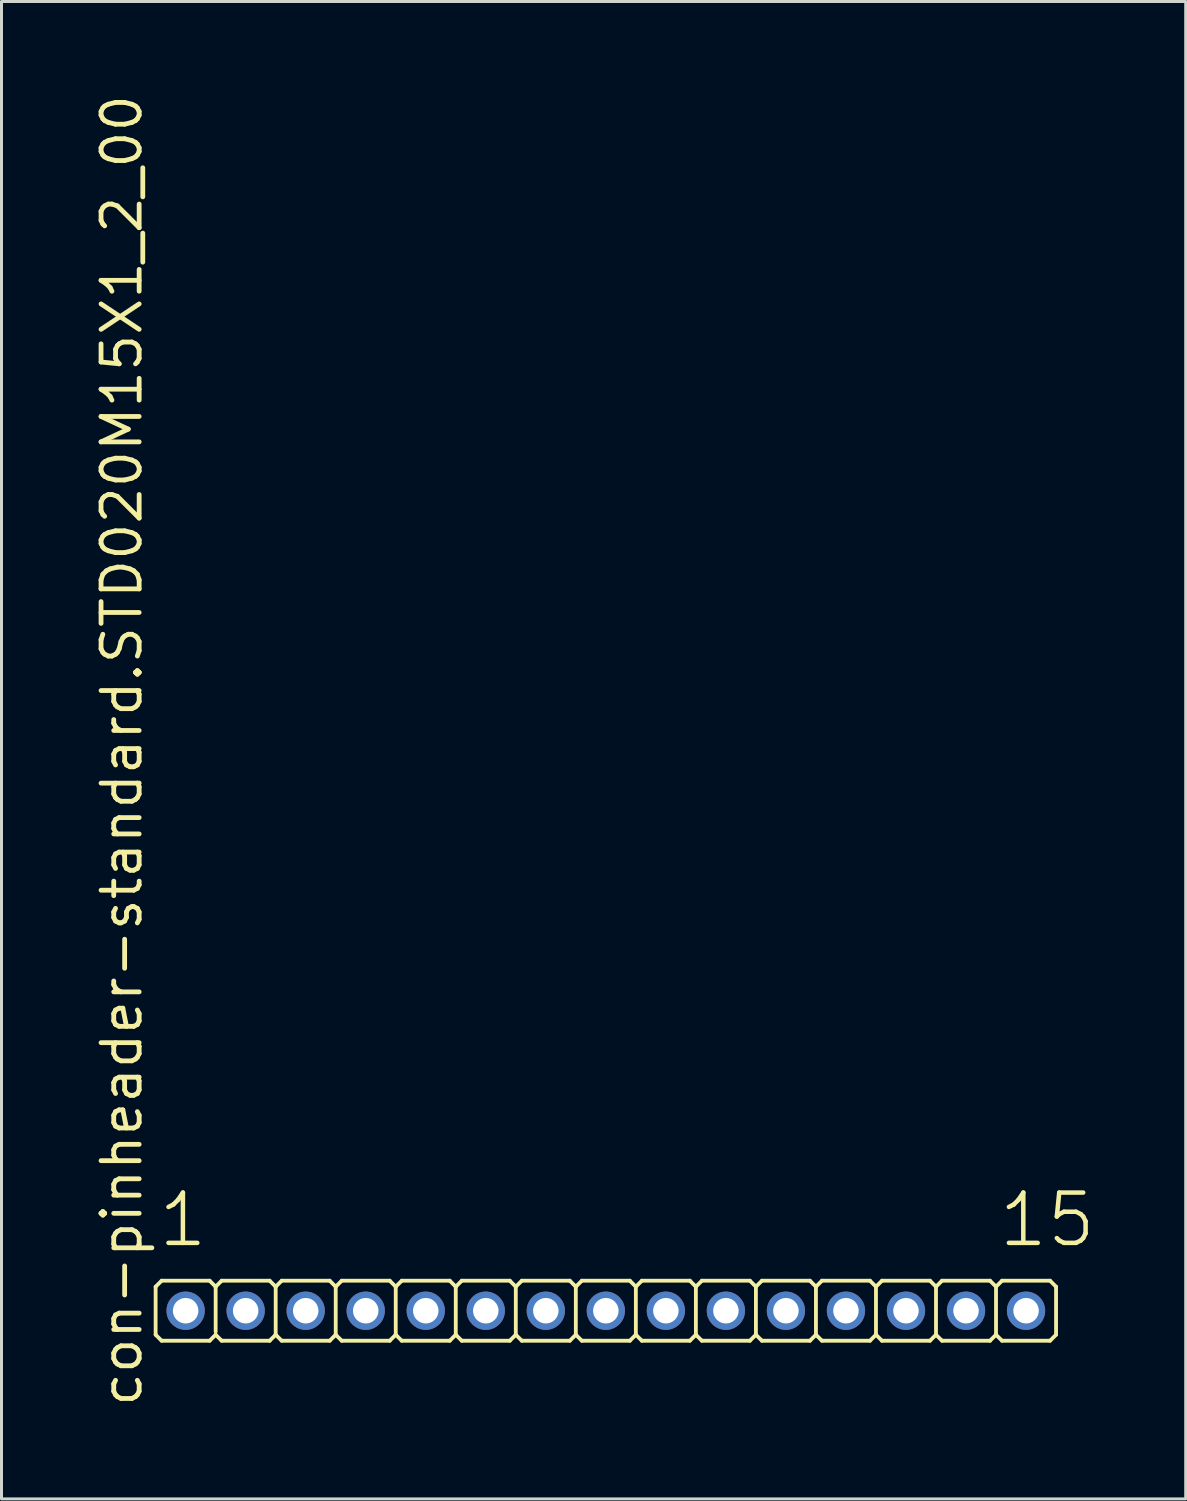
<source format=kicad_pcb>
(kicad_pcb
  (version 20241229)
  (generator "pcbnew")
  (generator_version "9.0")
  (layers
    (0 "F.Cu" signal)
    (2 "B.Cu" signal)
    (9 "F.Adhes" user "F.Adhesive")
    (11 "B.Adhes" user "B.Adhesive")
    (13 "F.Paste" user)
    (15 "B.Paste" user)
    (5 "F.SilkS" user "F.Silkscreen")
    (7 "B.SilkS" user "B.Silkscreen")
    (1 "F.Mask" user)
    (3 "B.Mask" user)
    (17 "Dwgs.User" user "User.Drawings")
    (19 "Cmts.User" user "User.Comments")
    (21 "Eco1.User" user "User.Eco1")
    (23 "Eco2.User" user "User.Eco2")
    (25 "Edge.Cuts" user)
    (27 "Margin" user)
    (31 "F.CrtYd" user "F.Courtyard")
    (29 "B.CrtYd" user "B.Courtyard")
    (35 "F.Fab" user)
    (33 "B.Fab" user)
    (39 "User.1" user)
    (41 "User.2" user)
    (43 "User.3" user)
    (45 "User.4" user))
  (footprint "con-pinheader-standard.STD020M15X1_2_00"
    (layer "F.Cu")
    (at 17.135 40.62)
    (property "Reference" "con-pinheader-standard.STD020M15X1_2_00" (at -15.385 3.27 90) (layer "F.SilkS") (effects (font (size 1.27 1.27) (thickness 0.16)) (justify left bottom)))
    (attr through_hole)
    (fp_line (start -15 0.8) (end -15 -0.8) (stroke (width 0.127) (type default)) (layer "F.SilkS"))
    (fp_line (start -14.8 -1) (end -15 -0.8) (stroke (width 0.127) (type default)) (layer "F.SilkS"))
    (fp_line (start -14.8 -1) (end -13.2 -1) (stroke (width 0.127) (type default)) (layer "F.SilkS"))
    (fp_line (start -14.8 1) (end -15 0.8) (stroke (width 0.127) (type default)) (layer "F.SilkS"))
    (fp_line (start -13.2 -1) (end -13 -0.8) (stroke (width 0.127) (type default)) (layer "F.SilkS"))
    (fp_line (start -13.2 1) (end -14.8 1) (stroke (width 0.127) (type default)) (layer "F.SilkS"))
    (fp_line (start -13.2 1) (end -13 0.8) (stroke (width 0.127) (type default)) (layer "F.SilkS"))
    (fp_line (start -13 -0.8) (end -13 0.7) (stroke (width 0.127) (type default)) (layer "F.SilkS"))
    (fp_line (start -12.8 -1) (end -13 -0.8) (stroke (width 0.127) (type default)) (layer "F.SilkS"))
    (fp_line (start -12.8 -1) (end -11.2 -1) (stroke (width 0.127) (type default)) (layer "F.SilkS"))
    (fp_line (start -12.8 1) (end -13 0.8) (stroke (width 0.127) (type default)) (layer "F.SilkS"))
    (fp_line (start -11.2 -1) (end -11 -0.8) (stroke (width 0.127) (type default)) (layer "F.SilkS"))
    (fp_line (start -11.2 1) (end -12.8 1) (stroke (width 0.127) (type default)) (layer "F.SilkS"))
    (fp_line (start -11.2 1) (end -11 0.8) (stroke (width 0.127) (type default)) (layer "F.SilkS"))
    (fp_line (start -11 -0.8) (end -11 0.8) (stroke (width 0.127) (type default)) (layer "F.SilkS"))
    (fp_line (start -10.8 -1) (end -11 -0.8) (stroke (width 0.127) (type default)) (layer "F.SilkS"))
    (fp_line (start -10.8 -1) (end -9.2 -1) (stroke (width 0.127) (type default)) (layer "F.SilkS"))
    (fp_line (start -10.8 1) (end -11 0.8) (stroke (width 0.127) (type default)) (layer "F.SilkS"))
    (fp_line (start -9.2 -1) (end -9 -0.8) (stroke (width 0.127) (type default)) (layer "F.SilkS"))
    (fp_line (start -9.2 1) (end -10.8 1) (stroke (width 0.127) (type default)) (layer "F.SilkS"))
    (fp_line (start -9.2 1) (end -9 0.8) (stroke (width 0.127) (type default)) (layer "F.SilkS"))
    (fp_line (start -9 -0.8) (end -9 0.8) (stroke (width 0.127) (type default)) (layer "F.SilkS"))
    (fp_line (start -8.8 -1) (end -9 -0.8) (stroke (width 0.127) (type default)) (layer "F.SilkS"))
    (fp_line (start -8.8 -1) (end -7.2 -1) (stroke (width 0.127) (type default)) (layer "F.SilkS"))
    (fp_line (start -8.8 1) (end -9 0.8) (stroke (width 0.127) (type default)) (layer "F.SilkS"))
    (fp_line (start -7.2 -1) (end -7 -0.8) (stroke (width 0.127) (type default)) (layer "F.SilkS"))
    (fp_line (start -7.2 1) (end -8.8 1) (stroke (width 0.127) (type default)) (layer "F.SilkS"))
    (fp_line (start -7.2 1) (end -7 0.8) (stroke (width 0.127) (type default)) (layer "F.SilkS"))
    (fp_line (start -7 -0.8) (end -7 0.8) (stroke (width 0.127) (type default)) (layer "F.SilkS"))
    (fp_line (start -6.8 -1) (end -7 -0.8) (stroke (width 0.127) (type default)) (layer "F.SilkS"))
    (fp_line (start -6.8 -1) (end -5.2 -1) (stroke (width 0.127) (type default)) (layer "F.SilkS"))
    (fp_line (start -6.8 1) (end -7 0.8) (stroke (width 0.127) (type default)) (layer "F.SilkS"))
    (fp_line (start -5.2 -1) (end -5 -0.8) (stroke (width 0.127) (type default)) (layer "F.SilkS"))
    (fp_line (start -5.2 1) (end -6.8 1) (stroke (width 0.127) (type default)) (layer "F.SilkS"))
    (fp_line (start -5.2 1) (end -5 0.8) (stroke (width 0.127) (type default)) (layer "F.SilkS"))
    (fp_line (start -5 -0.8) (end -5 0.8) (stroke (width 0.127) (type default)) (layer "F.SilkS"))
    (fp_line (start -4.8 -1) (end -5 -0.8) (stroke (width 0.127) (type default)) (layer "F.SilkS"))
    (fp_line (start -4.8 -1) (end -3.2 -1) (stroke (width 0.127) (type default)) (layer "F.SilkS"))
    (fp_line (start -4.8 1) (end -5 0.8) (stroke (width 0.127) (type default)) (layer "F.SilkS"))
    (fp_line (start -3.2 -1) (end -3 -0.8) (stroke (width 0.127) (type default)) (layer "F.SilkS"))
    (fp_line (start -3.2 1) (end -4.8 1) (stroke (width 0.127) (type default)) (layer "F.SilkS"))
    (fp_line (start -3.2 1) (end -3 0.8) (stroke (width 0.127) (type default)) (layer "F.SilkS"))
    (fp_line (start -3 -0.8) (end -3 0.8) (stroke (width 0.127) (type default)) (layer "F.SilkS"))
    (fp_line (start -2.8 -1) (end -3 -0.8) (stroke (width 0.127) (type default)) (layer "F.SilkS"))
    (fp_line (start -2.8 -1) (end -1.2 -1) (stroke (width 0.127) (type default)) (layer "F.SilkS"))
    (fp_line (start -2.8 1) (end -3 0.8) (stroke (width 0.127) (type default)) (layer "F.SilkS"))
    (fp_line (start -1.2 -1) (end -1 -0.8) (stroke (width 0.127) (type default)) (layer "F.SilkS"))
    (fp_line (start -1.2 1) (end -2.8 1) (stroke (width 0.127) (type default)) (layer "F.SilkS"))
    (fp_line (start -1.2 1) (end -1 0.8) (stroke (width 0.127) (type default)) (layer "F.SilkS"))
    (fp_line (start -1 -0.8) (end -1 0.8) (stroke (width 0.127) (type default)) (layer "F.SilkS"))
    (fp_line (start -0.8 -1) (end -1 -0.8) (stroke (width 0.127) (type default)) (layer "F.SilkS"))
    (fp_line (start -0.8 -1) (end 0.8 -1) (stroke (width 0.127) (type default)) (layer "F.SilkS"))
    (fp_line (start -0.8 1) (end -1 0.8) (stroke (width 0.127) (type default)) (layer "F.SilkS"))
    (fp_line (start 0.8 -1) (end 1 -0.8) (stroke (width 0.127) (type default)) (layer "F.SilkS"))
    (fp_line (start 0.8 1) (end -0.8 1) (stroke (width 0.127) (type default)) (layer "F.SilkS"))
    (fp_line (start 0.8 1) (end 1 0.8) (stroke (width 0.127) (type default)) (layer "F.SilkS"))
    (fp_line (start 1 -0.8) (end 1 0.8) (stroke (width 0.127) (type default)) (layer "F.SilkS"))
    (fp_line (start 1.2 -1) (end 1 -0.8) (stroke (width 0.127) (type default)) (layer "F.SilkS"))
    (fp_line (start 1.2 -1) (end 2.8 -1) (stroke (width 0.127) (type default)) (layer "F.SilkS"))
    (fp_line (start 1.2 1) (end 1 0.8) (stroke (width 0.127) (type default)) (layer "F.SilkS"))
    (fp_line (start 2.8 -1) (end 3 -0.8) (stroke (width 0.127) (type default)) (layer "F.SilkS"))
    (fp_line (start 2.8 1) (end 1.2 1) (stroke (width 0.127) (type default)) (layer "F.SilkS"))
    (fp_line (start 2.8 1) (end 3 0.8) (stroke (width 0.127) (type default)) (layer "F.SilkS"))
    (fp_line (start 3 -0.8) (end 3 0.8) (stroke (width 0.127) (type default)) (layer "F.SilkS"))
    (fp_line (start 3.2 -1) (end 3 -0.8) (stroke (width 0.127) (type default)) (layer "F.SilkS"))
    (fp_line (start 3.2 -1) (end 4.8 -1) (stroke (width 0.127) (type default)) (layer "F.SilkS"))
    (fp_line (start 3.2 1) (end 3 0.8) (stroke (width 0.127) (type default)) (layer "F.SilkS"))
    (fp_line (start 4.8 -1) (end 5 -0.8) (stroke (width 0.127) (type default)) (layer "F.SilkS"))
    (fp_line (start 4.8 1) (end 3.2 1) (stroke (width 0.127) (type default)) (layer "F.SilkS"))
    (fp_line (start 4.8 1) (end 5 0.8) (stroke (width 0.127) (type default)) (layer "F.SilkS"))
    (fp_line (start 5 -0.8) (end 5 0.8) (stroke (width 0.127) (type default)) (layer "F.SilkS"))
    (fp_line (start 5.2 -1) (end 5 -0.8) (stroke (width 0.127) (type default)) (layer "F.SilkS"))
    (fp_line (start 5.2 -1) (end 6.8 -1) (stroke (width 0.127) (type default)) (layer "F.SilkS"))
    (fp_line (start 5.2 1) (end 5 0.8) (stroke (width 0.127) (type default)) (layer "F.SilkS"))
    (fp_line (start 6.8 -1) (end 7 -0.8) (stroke (width 0.127) (type default)) (layer "F.SilkS"))
    (fp_line (start 6.8 1) (end 5.2 1) (stroke (width 0.127) (type default)) (layer "F.SilkS"))
    (fp_line (start 6.8 1) (end 7 0.8) (stroke (width 0.127) (type default)) (layer "F.SilkS"))
    (fp_line (start 7 -0.8) (end 7 0.8) (stroke (width 0.127) (type default)) (layer "F.SilkS"))
    (fp_line (start 7.2 -1) (end 7 -0.8) (stroke (width 0.127) (type default)) (layer "F.SilkS"))
    (fp_line (start 7.2 -1) (end 8.8 -1) (stroke (width 0.127) (type default)) (layer "F.SilkS"))
    (fp_line (start 7.2 1) (end 7 0.8) (stroke (width 0.127) (type default)) (layer "F.SilkS"))
    (fp_line (start 8.8 -1) (end 9 -0.8) (stroke (width 0.127) (type default)) (layer "F.SilkS"))
    (fp_line (start 8.8 1) (end 7.2 1) (stroke (width 0.127) (type default)) (layer "F.SilkS"))
    (fp_line (start 8.8 1) (end 9 0.8) (stroke (width 0.127) (type default)) (layer "F.SilkS"))
    (fp_line (start 9 -0.8) (end 9 0.8) (stroke (width 0.127) (type default)) (layer "F.SilkS"))
    (fp_line (start 9.2 -1) (end 9 -0.8) (stroke (width 0.127) (type default)) (layer "F.SilkS"))
    (fp_line (start 9.2 -1) (end 10.8 -1) (stroke (width 0.127) (type default)) (layer "F.SilkS"))
    (fp_line (start 9.2 1) (end 9 0.8) (stroke (width 0.127) (type default)) (layer "F.SilkS"))
    (fp_line (start 10.8 -1) (end 11 -0.8) (stroke (width 0.127) (type default)) (layer "F.SilkS"))
    (fp_line (start 10.8 1) (end 9.2 1) (stroke (width 0.127) (type default)) (layer "F.SilkS"))
    (fp_line (start 10.8 1) (end 11 0.8) (stroke (width 0.127) (type default)) (layer "F.SilkS"))
    (fp_line (start 11 -0.8) (end 11 0.8) (stroke (width 0.127) (type default)) (layer "F.SilkS"))
    (fp_line (start 11.2 -1) (end 11 -0.8) (stroke (width 0.127) (type default)) (layer "F.SilkS"))
    (fp_line (start 11.2 -1) (end 12.8 -1) (stroke (width 0.127) (type default)) (layer "F.SilkS"))
    (fp_line (start 11.2 1) (end 11 0.8) (stroke (width 0.127) (type default)) (layer "F.SilkS"))
    (fp_line (start 12.8 -1) (end 13 -0.8) (stroke (width 0.127) (type default)) (layer "F.SilkS"))
    (fp_line (start 12.8 1) (end 11.2 1) (stroke (width 0.127) (type default)) (layer "F.SilkS"))
    (fp_line (start 12.8 1) (end 13 0.8) (stroke (width 0.127) (type default)) (layer "F.SilkS"))
    (fp_line (start 13 -0.8) (end 13 0.8) (stroke (width 0.127) (type default)) (layer "F.SilkS"))
    (fp_line (start 13.2 -1) (end 13 -0.8) (stroke (width 0.127) (type default)) (layer "F.SilkS"))
    (fp_line (start 13.2 -1) (end 14.8 -1) (stroke (width 0.127) (type default)) (layer "F.SilkS"))
    (fp_line (start 13.2 1) (end 13 0.8) (stroke (width 0.127) (type default)) (layer "F.SilkS"))
    (fp_line (start 14.8 -1) (end 15 -0.8) (stroke (width 0.127) (type default)) (layer "F.SilkS"))
    (fp_line (start 14.8 1) (end 13.2 1) (stroke (width 0.127) (type default)) (layer "F.SilkS"))
    (fp_line (start 14.8 1) (end 15 0.8) (stroke (width 0.127) (type default)) (layer "F.SilkS"))
    (fp_line (start 15 -0.8) (end 15 0.8) (stroke (width 0.127) (type default)) (layer "F.SilkS"))
    (fp_rect (start -14.25 0.25) (end -13.75 -0.25) (stroke (width 0.05) (type default)) (fill no) (layer "F.Fab"))
    (fp_rect (start -12.25 0.25) (end -11.75 -0.25) (stroke (width 0.05) (type default)) (fill no) (layer "F.Fab"))
    (fp_rect (start -10.25 0.25) (end -9.75 -0.25) (stroke (width 0.05) (type default)) (fill no) (layer "F.Fab"))
    (fp_rect (start -8.25 0.25) (end -7.75 -0.25) (stroke (width 0.05) (type default)) (fill no) (layer "F.Fab"))
    (fp_rect (start -6.25 0.25) (end -5.75 -0.25) (stroke (width 0.05) (type default)) (fill no) (layer "F.Fab"))
    (fp_rect (start -4.25 0.25) (end -3.75 -0.25) (stroke (width 0.05) (type default)) (fill no) (layer "F.Fab"))
    (fp_rect (start -2.25 0.25) (end -1.75 -0.25) (stroke (width 0.05) (type default)) (fill no) (layer "F.Fab"))
    (fp_rect (start -0.25 0.25) (end 0.25 -0.25) (stroke (width 0.05) (type default)) (fill no) (layer "F.Fab"))
    (fp_rect (start 1.75 0.25) (end 2.25 -0.25) (stroke (width 0.05) (type default)) (fill no) (layer "F.Fab"))
    (fp_rect (start 3.75 0.25) (end 4.25 -0.25) (stroke (width 0.05) (type default)) (fill no) (layer "F.Fab"))
    (fp_rect (start 5.75 0.25) (end 6.25 -0.25) (stroke (width 0.05) (type default)) (fill no) (layer "F.Fab"))
    (fp_rect (start 7.75 0.25) (end 8.25 -0.25) (stroke (width 0.05) (type default)) (fill no) (layer "F.Fab"))
    (fp_rect (start 9.75 0.25) (end 10.25 -0.25) (stroke (width 0.05) (type default)) (fill no) (layer "F.Fab"))
    (fp_rect (start 11.75 0.25) (end 12.25 -0.25) (stroke (width 0.05) (type default)) (fill no) (layer "F.Fab"))
    (fp_rect (start 13.75 0.25) (end 14.25 -0.25) (stroke (width 0.05) (type default)) (fill no) (layer "F.Fab"))
    (fp_text user "1" (at -14.988 -2.048 0) (layer "F.SilkS") (effects (font (size 1.676 1.676) (thickness 0.15)) (justify left bottom)))
    (fp_text user "15" (at 13.012 -2.048 0) (layer "F.SilkS") (effects (font (size 1.676 1.676) (thickness 0.15)) (justify left bottom)))
    (pad "1" thru_hole circle (at -14 0) (size 1.275 1.275) (drill 0.85) (layers "*.Cu" "*.Mask"))
    (pad "2" thru_hole circle (at -12 0) (size 1.275 1.275) (drill 0.85) (layers "*.Cu" "*.Mask"))
    (pad "3" thru_hole circle (at -10 0) (size 1.275 1.275) (drill 0.85) (layers "*.Cu" "*.Mask"))
    (pad "4" thru_hole circle (at -8 0) (size 1.275 1.275) (drill 0.85) (layers "*.Cu" "*.Mask"))
    (pad "5" thru_hole circle (at -6 0) (size 1.275 1.275) (drill 0.85) (layers "*.Cu" "*.Mask"))
    (pad "6" thru_hole circle (at -4 0) (size 1.275 1.275) (drill 0.85) (layers "*.Cu" "*.Mask"))
    (pad "7" thru_hole circle (at -2 0) (size 1.275 1.275) (drill 0.85) (layers "*.Cu" "*.Mask"))
    (pad "8" thru_hole circle (at 0 0) (size 1.275 1.275) (drill 0.85) (layers "*.Cu" "*.Mask"))
    (pad "9" thru_hole circle (at 2 0) (size 1.275 1.275) (drill 0.85) (layers "*.Cu" "*.Mask"))
    (pad "10" thru_hole circle (at 4 0) (size 1.275 1.275) (drill 0.85) (layers "*.Cu" "*.Mask"))
    (pad "11" thru_hole circle (at 6 0) (size 1.275 1.275) (drill 0.85) (layers "*.Cu" "*.Mask"))
    (pad "12" thru_hole circle (at 8 0) (size 1.275 1.275) (drill 0.85) (layers "*.Cu" "*.Mask"))
    (pad "13" thru_hole circle (at 10 0) (size 1.275 1.275) (drill 0.85) (layers "*.Cu" "*.Mask"))
    (pad "14" thru_hole circle (at 12 0) (size 1.275 1.275) (drill 0.85) (layers "*.Cu" "*.Mask"))
    (pad "15" thru_hole circle (at 14 0) (size 1.275 1.275) (drill 0.85) (layers "*.Cu" "*.Mask")))
  (gr_rect
    (start -3 -3)
    (end 36.455 46.89)
    (stroke (width 0.1) (type default))
    (fill no)
    (layer "Edge.Cuts")))
</source>
